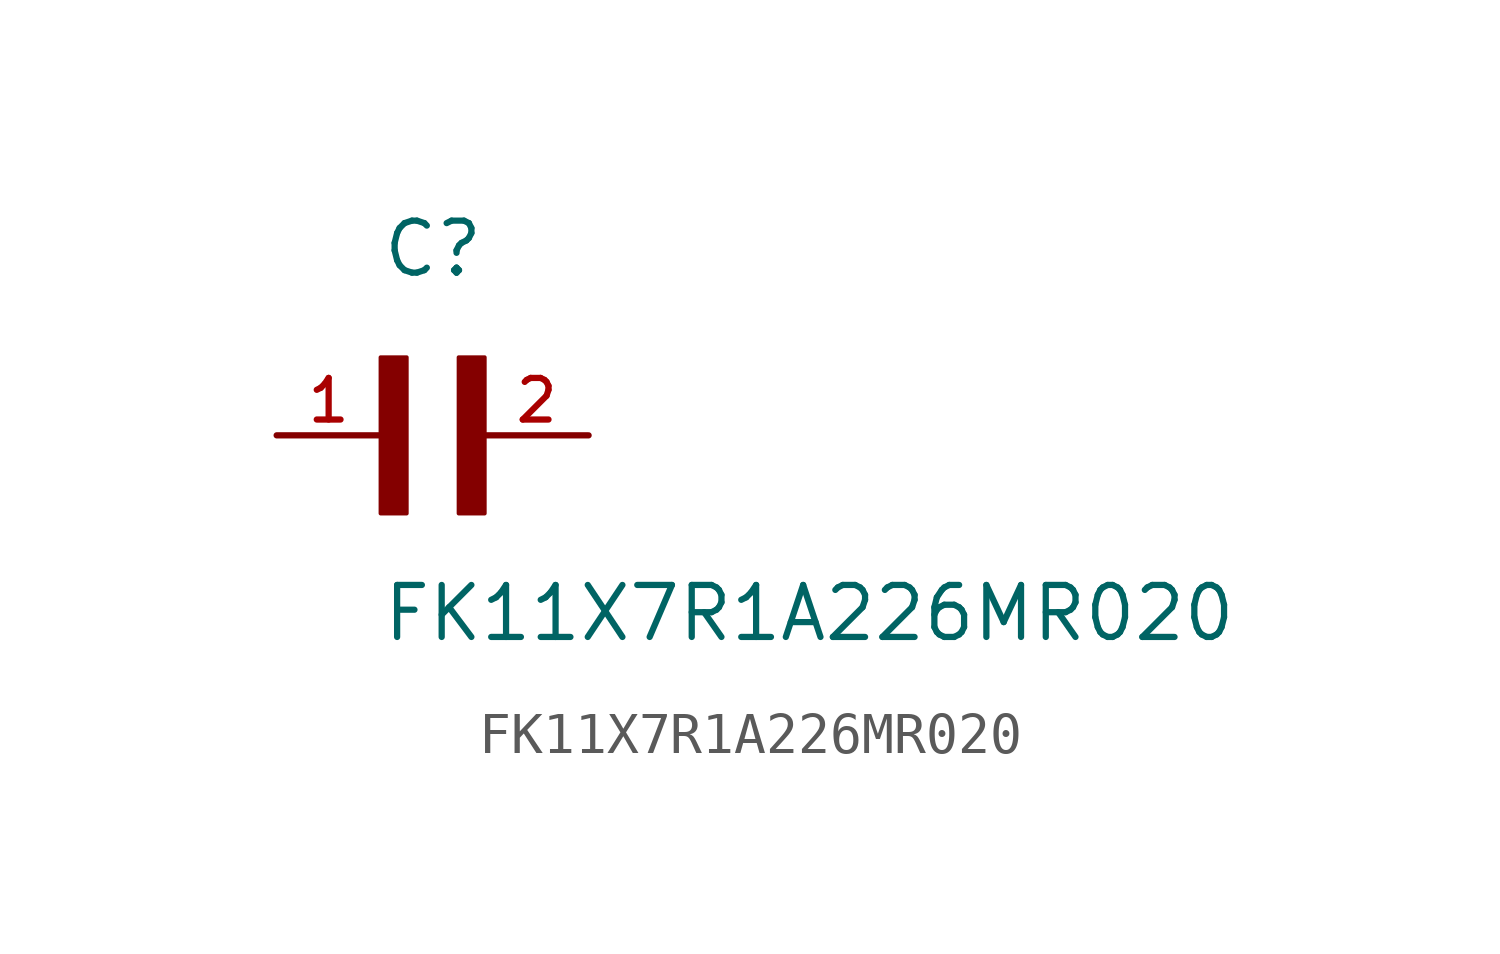
<source format=kicad_sym>
(kicad_symbol_lib
  (version 20211014)
  (generator kicad_symbol_editor)
  (symbol "FK11X7R1A226MR020"
    (pin_names
      (offset 1.016))
    (property "Reference" "C"
      (at 0.0 3.811 0)
      (effects (font (size 1.27 1.27)) (justify bottom left)))
    (property "Value" "FK11X7R1A226MR020"
      (at 0.0 -5.088 0)
      (effects (font (size 1.27 1.27)) (justify bottom left)))
    (symbol "FK11X7R1A226MR020_0_0"
      (rectangle (start 0.0 -1.907) (end 0.635 1.905) (stroke (width 0.1)) (fill (type outline)))
      (rectangle (start 1.907 -1.907) (end 2.54 1.905) (stroke (width 0.1)) (fill (type outline)))
      (pin passive line (at -2.54 0.0 0) (length 2.54) (name "~" (effects (font (size 1.016 1.016)))) (number "1" (effects (font (size 1.016 1.016)))))
      (pin passive line (at 5.08 0.0 180.0) (length 2.54) (name "~" (effects (font (size 1.016 1.016)))) (number "2" (effects (font (size 1.016 1.016))))))))
</source>
